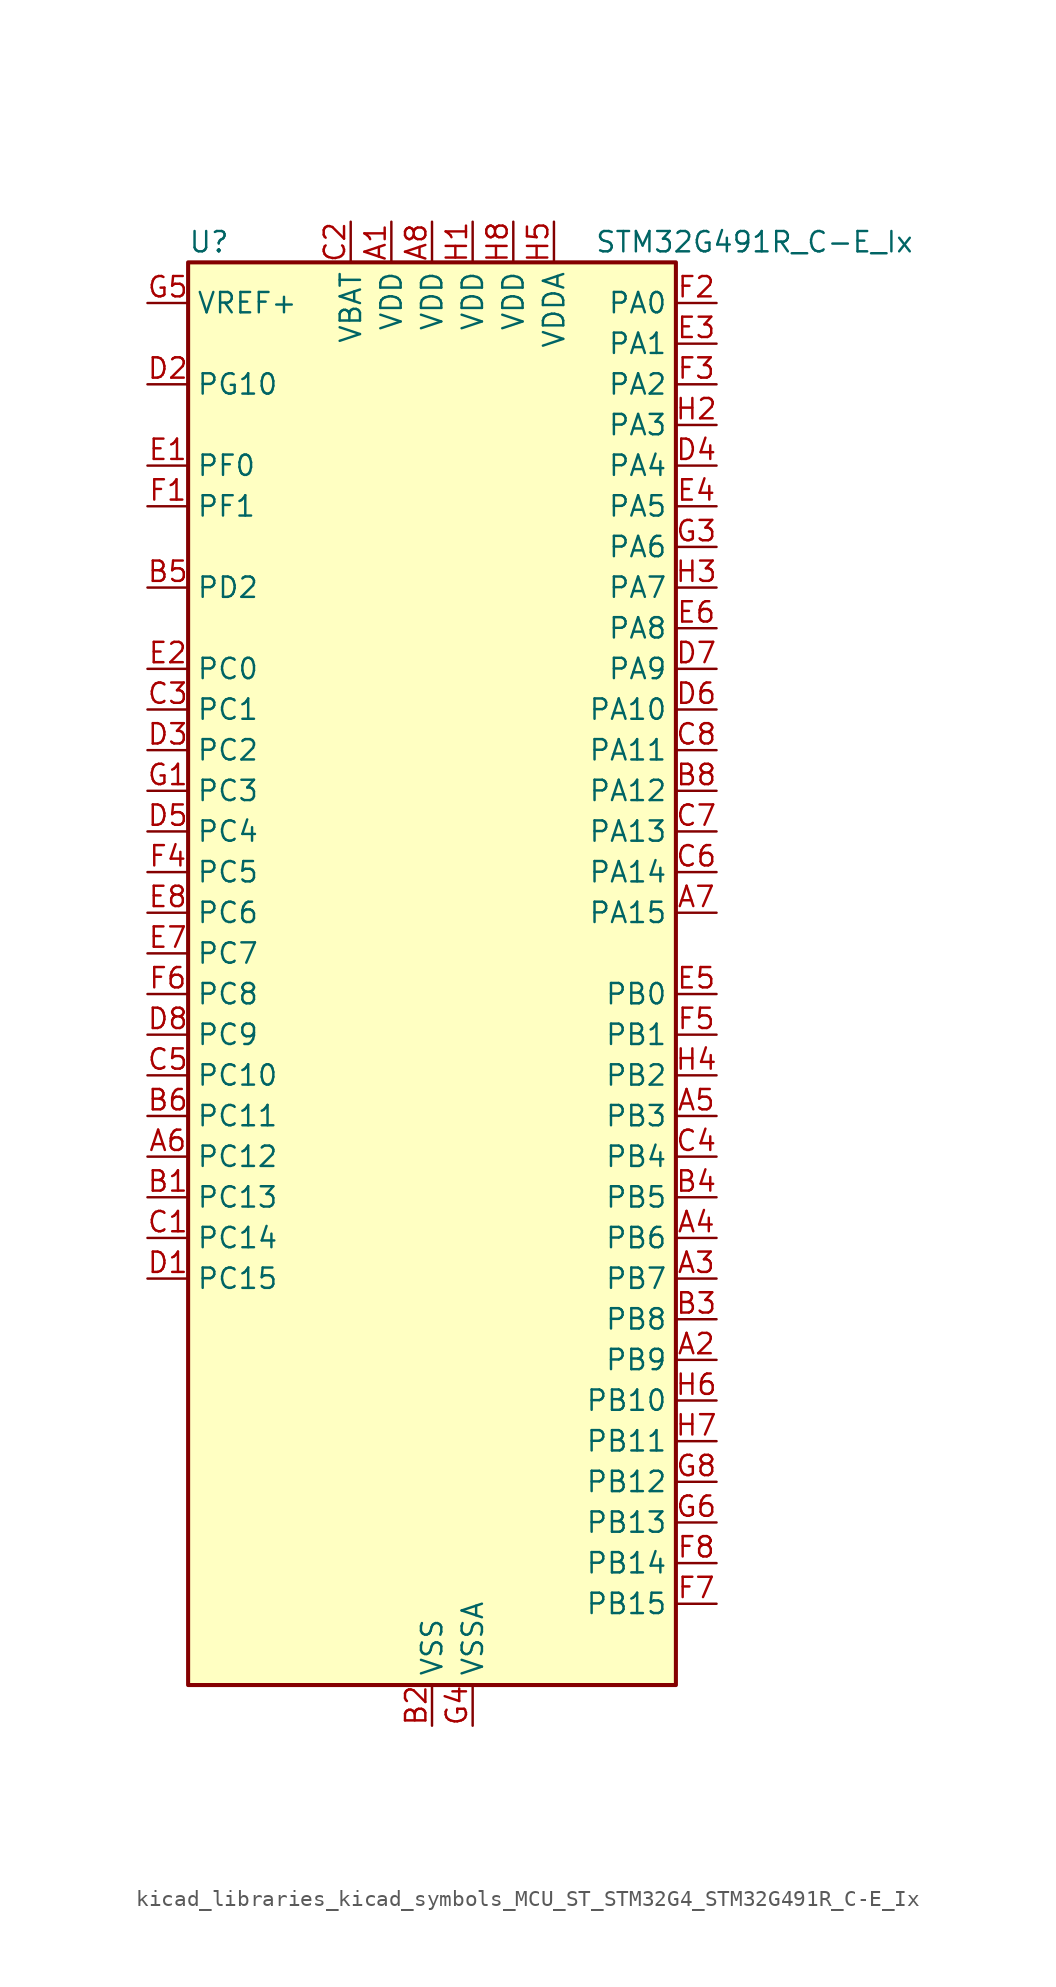
<source format=kicad_sym>
(kicad_symbol_lib
  (version 20220914)
  (generator kicad_symbol_editor)
  (symbol "kicad_libraries_kicad_symbols_MCU_ST_STM32G4_STM32G491R_C-E_Ix"
    (property "Reference" "U"
      (at -15.24 46.99 0)
      (effects (font (size 1.27 1.27)) (justify left)))
    (property "Value" "STM32G491R_C-E_Ix"
      (at 10.16 46.99 0)
      (effects (font (size 1.27 1.27)) (justify left)))
    (property "ki_locked" ""
      (at 0 0 0)
      (effects (font (size 1.27 1.27))))
    (symbol "kicad_libraries_kicad_symbols_MCU_ST_STM32G4_STM32G491R_C-E_Ix_0_1"
      (rectangle (start -15.24 -43.18) (end 15.24 45.72) (stroke (width 0.254) (type default)) (fill (type background))))
    (symbol "kicad_libraries_kicad_symbols_MCU_ST_STM32G4_STM32G491R_C-E_Ix_1_1"
      (pin power_in line (at -2.54 48.26 270) (length 2.54) (name "VDD" (effects (font (size 1.27 1.27)))) (number "A1" (effects (font (size 1.27 1.27)))))
      (pin bidirectional line (at 17.78 -22.86 180) (length 2.54) (name "PB9" (effects (font (size 1.27 1.27)))) (number "A2" (effects (font (size 1.27 1.27)))) (alternate "COMP2_OUT" bidirectional line) (alternate "DAC1_EXTI9" bidirectional line) (alternate "DAC3_EXTI9" bidirectional line) (alternate "FDCAN1_TX" bidirectional line) (alternate "I2C1_SDA" bidirectional line) (alternate "IR_OUT" bidirectional line) (alternate "SAI1_D2" bidirectional line) (alternate "SAI1_FS_A" bidirectional line) (alternate "TIM17_CH1" bidirectional line) (alternate "TIM1_CH3N" bidirectional line) (alternate "TIM4_CH4" bidirectional line) (alternate "TIM8_CH3" bidirectional line) (alternate "USART3_TX" bidirectional line))
      (pin bidirectional line (at 17.78 -17.78 180) (length 2.54) (name "PB7" (effects (font (size 1.27 1.27)))) (number "A3" (effects (font (size 1.27 1.27)))) (alternate "COMP3_OUT" bidirectional line) (alternate "I2C1_SDA" bidirectional line) (alternate "LPTIM1_IN2" bidirectional line) (alternate "SYS_PVD_IN" bidirectional line) (alternate "TIM17_CH1N" bidirectional line) (alternate "TIM3_CH4" bidirectional line) (alternate "TIM4_CH2" bidirectional line) (alternate "TIM8_BKIN" bidirectional line) (alternate "UART4_CTS" bidirectional line) (alternate "USART1_RX" bidirectional line))
      (pin bidirectional line (at 17.78 -15.24 180) (length 2.54) (name "PB6" (effects (font (size 1.27 1.27)))) (number "A4" (effects (font (size 1.27 1.27)))) (alternate "COMP4_OUT" bidirectional line) (alternate "FDCAN2_TX" bidirectional line) (alternate "LPTIM1_ETR" bidirectional line) (alternate "SAI1_FS_B" bidirectional line) (alternate "TIM16_CH1N" bidirectional line) (alternate "TIM4_CH1" bidirectional line) (alternate "TIM8_BKIN2" bidirectional line) (alternate "TIM8_CH1" bidirectional line) (alternate "TIM8_ETR" bidirectional line) (alternate "UCPD1_CC1" bidirectional line) (alternate "USART1_TX" bidirectional line))
      (pin bidirectional line (at 17.78 -7.62 180) (length 2.54) (name "PB3" (effects (font (size 1.27 1.27)))) (number "A5" (effects (font (size 1.27 1.27)))) (alternate "ADC3_EXTI3" bidirectional line) (alternate "CRS_SYNC" bidirectional line) (alternate "I2S3_CK" bidirectional line) (alternate "SAI1_SCK_B" bidirectional line) (alternate "SPI1_SCK" bidirectional line) (alternate "SPI3_SCK" bidirectional line) (alternate "SYS_JTDO-SWO" bidirectional line) (alternate "TIM2_CH2" bidirectional line) (alternate "TIM3_ETR" bidirectional line) (alternate "TIM4_ETR" bidirectional line) (alternate "TIM8_CH1N" bidirectional line) (alternate "USART2_TX" bidirectional line))
      (pin bidirectional line (at -17.78 -10.16 0) (length 2.54) (name "PC12" (effects (font (size 1.27 1.27)))) (number "A6" (effects (font (size 1.27 1.27)))) (alternate "I2S3_SD" bidirectional line) (alternate "SPI3_MOSI" bidirectional line) (alternate "TIM8_CH3N" bidirectional line) (alternate "UART5_TX" bidirectional line) (alternate "UCPD1_FRSTX1" bidirectional line) (alternate "UCPD1_FRSTX2" bidirectional line) (alternate "USART3_CK" bidirectional line))
      (pin bidirectional line (at 17.78 5.08 180) (length 2.54) (name "PA15" (effects (font (size 1.27 1.27)))) (number "A7" (effects (font (size 1.27 1.27)))) (alternate "ADC1_EXTI15" bidirectional line) (alternate "ADC2_EXTI15" bidirectional line) (alternate "I2C1_SCL" bidirectional line) (alternate "I2S3_WS" bidirectional line) (alternate "SPI1_NSS" bidirectional line) (alternate "SPI3_NSS" bidirectional line) (alternate "SYS_JTDI" bidirectional line) (alternate "TIM1_BKIN" bidirectional line) (alternate "TIM20_ETR" bidirectional line) (alternate "TIM2_CH1" bidirectional line) (alternate "TIM2_ETR" bidirectional line) (alternate "TIM8_CH1" bidirectional line) (alternate "UART4_DE" bidirectional line) (alternate "UART4_RTS" bidirectional line) (alternate "USART2_RX" bidirectional line))
      (pin power_in line (at 0 48.26 270) (length 2.54) (name "VDD" (effects (font (size 1.27 1.27)))) (number "A8" (effects (font (size 1.27 1.27)))))
      (pin bidirectional line (at -17.78 -12.7 0) (length 2.54) (name "PC13" (effects (font (size 1.27 1.27)))) (number "B1" (effects (font (size 1.27 1.27)))) (alternate "RTC_OUT1" bidirectional line) (alternate "RTC_TAMP1" bidirectional line) (alternate "RTC_TS" bidirectional line) (alternate "SYS_WKUP2" bidirectional line) (alternate "TIM1_BKIN" bidirectional line) (alternate "TIM1_CH1N" bidirectional line) (alternate "TIM8_CH4N" bidirectional line))
      (pin power_in line (at 0 -45.72 90) (length 2.54) (name "VSS" (effects (font (size 1.27 1.27)))) (number "B2" (effects (font (size 1.27 1.27)))))
      (pin bidirectional line (at 17.78 -20.32 180) (length 2.54) (name "PB8" (effects (font (size 1.27 1.27)))) (number "B3" (effects (font (size 1.27 1.27)))) (alternate "COMP1_OUT" bidirectional line) (alternate "FDCAN1_RX" bidirectional line) (alternate "I2C1_SCL" bidirectional line) (alternate "SAI1_CK1" bidirectional line) (alternate "SAI1_MCLK_A" bidirectional line) (alternate "TIM16_CH1" bidirectional line) (alternate "TIM1_BKIN" bidirectional line) (alternate "TIM4_CH3" bidirectional line) (alternate "TIM8_CH2" bidirectional line) (alternate "USART3_RX" bidirectional line))
      (pin bidirectional line (at 17.78 -12.7 180) (length 2.54) (name "PB5" (effects (font (size 1.27 1.27)))) (number "B4" (effects (font (size 1.27 1.27)))) (alternate "FDCAN2_RX" bidirectional line) (alternate "I2C1_SMBA" bidirectional line) (alternate "I2C3_SDA" bidirectional line) (alternate "I2S3_SD" bidirectional line) (alternate "LPTIM1_IN1" bidirectional line) (alternate "SAI1_SD_B" bidirectional line) (alternate "SPI1_MOSI" bidirectional line) (alternate "SPI3_MOSI" bidirectional line) (alternate "TIM16_BKIN" bidirectional line) (alternate "TIM17_CH1" bidirectional line) (alternate "TIM3_CH2" bidirectional line) (alternate "TIM8_CH3N" bidirectional line) (alternate "UART5_CTS" bidirectional line) (alternate "USART2_CK" bidirectional line))
      (pin bidirectional line (at -17.78 25.4 0) (length 2.54) (name "PD2" (effects (font (size 1.27 1.27)))) (number "B5" (effects (font (size 1.27 1.27)))) (alternate "ADC3_EXTI2" bidirectional line) (alternate "TIM3_ETR" bidirectional line) (alternate "TIM8_BKIN" bidirectional line) (alternate "UART5_RX" bidirectional line))
      (pin bidirectional line (at -17.78 -7.62 0) (length 2.54) (name "PC11" (effects (font (size 1.27 1.27)))) (number "B6" (effects (font (size 1.27 1.27)))) (alternate "ADC1_EXTI11" bidirectional line) (alternate "ADC2_EXTI11" bidirectional line) (alternate "I2C3_SDA" bidirectional line) (alternate "SPI3_MISO" bidirectional line) (alternate "TIM8_CH2N" bidirectional line) (alternate "UART4_RX" bidirectional line) (alternate "USART3_RX" bidirectional line))
      (pin passive line (at 0 -45.72 90) (length 2.54) hide (name "VSS" (effects (font (size 1.27 1.27)))) (number "B7" (effects (font (size 1.27 1.27)))))
      (pin bidirectional line (at 17.78 12.7 180) (length 2.54) (name "PA12" (effects (font (size 1.27 1.27)))) (number "B8" (effects (font (size 1.27 1.27)))) (alternate "COMP2_OUT" bidirectional line) (alternate "FDCAN1_TX" bidirectional line) (alternate "I2S_CKIN" bidirectional line) (alternate "TIM16_CH1" bidirectional line) (alternate "TIM1_CH2N" bidirectional line) (alternate "TIM1_ETR" bidirectional line) (alternate "TIM4_CH2" bidirectional line) (alternate "USART1_DE" bidirectional line) (alternate "USART1_RTS" bidirectional line) (alternate "USB_DP" bidirectional line))
      (pin bidirectional line (at -17.78 -15.24 0) (length 2.54) (name "PC14" (effects (font (size 1.27 1.27)))) (number "C1" (effects (font (size 1.27 1.27)))) (alternate "RCC_OSC32_IN" bidirectional line))
      (pin power_in line (at -5.08 48.26 270) (length 2.54) (name "VBAT" (effects (font (size 1.27 1.27)))) (number "C2" (effects (font (size 1.27 1.27)))))
      (pin bidirectional line (at -17.78 17.78 0) (length 2.54) (name "PC1" (effects (font (size 1.27 1.27)))) (number "C3" (effects (font (size 1.27 1.27)))) (alternate "ADC1_IN7" bidirectional line) (alternate "ADC2_IN7" bidirectional line) (alternate "COMP3_INP" bidirectional line) (alternate "LPTIM1_OUT" bidirectional line) (alternate "LPUART1_TX" bidirectional line) (alternate "QUADSPI1_BK2_IO0" bidirectional line) (alternate "SAI1_SD_A" bidirectional line) (alternate "TIM1_CH2" bidirectional line))
      (pin bidirectional line (at 17.78 -10.16 180) (length 2.54) (name "PB4" (effects (font (size 1.27 1.27)))) (number "C4" (effects (font (size 1.27 1.27)))) (alternate "SAI1_MCLK_B" bidirectional line) (alternate "SPI1_MISO" bidirectional line) (alternate "SPI3_MISO" bidirectional line) (alternate "SYS_JTRST" bidirectional line) (alternate "TIM16_CH1" bidirectional line) (alternate "TIM17_BKIN" bidirectional line) (alternate "TIM3_CH1" bidirectional line) (alternate "TIM8_CH2N" bidirectional line) (alternate "UART5_DE" bidirectional line) (alternate "UART5_RTS" bidirectional line) (alternate "UCPD1_CC2" bidirectional line) (alternate "USART2_RX" bidirectional line))
      (pin bidirectional line (at -17.78 -5.08 0) (length 2.54) (name "PC10" (effects (font (size 1.27 1.27)))) (number "C5" (effects (font (size 1.27 1.27)))) (alternate "DAC1_EXTI10" bidirectional line) (alternate "DAC3_EXTI10" bidirectional line) (alternate "I2S3_CK" bidirectional line) (alternate "SPI3_SCK" bidirectional line) (alternate "TIM8_CH1N" bidirectional line) (alternate "UART4_TX" bidirectional line) (alternate "USART3_TX" bidirectional line))
      (pin bidirectional line (at 17.78 7.62 180) (length 2.54) (name "PA14" (effects (font (size 1.27 1.27)))) (number "C6" (effects (font (size 1.27 1.27)))) (alternate "I2C1_SDA" bidirectional line) (alternate "LPTIM1_OUT" bidirectional line) (alternate "SAI1_FS_B" bidirectional line) (alternate "SYS_JTCK-SWCLK" bidirectional line) (alternate "TIM1_BKIN" bidirectional line) (alternate "TIM8_CH2" bidirectional line) (alternate "USART2_TX" bidirectional line))
      (pin bidirectional line (at 17.78 10.16 180) (length 2.54) (name "PA13" (effects (font (size 1.27 1.27)))) (number "C7" (effects (font (size 1.27 1.27)))) (alternate "I2C1_SCL" bidirectional line) (alternate "IR_OUT" bidirectional line) (alternate "SAI1_SD_B" bidirectional line) (alternate "SYS_JTMS-SWDIO" bidirectional line) (alternate "TIM16_CH1N" bidirectional line) (alternate "TIM4_CH3" bidirectional line) (alternate "USART3_CTS" bidirectional line) (alternate "USART3_NSS" bidirectional line))
      (pin bidirectional line (at 17.78 15.24 180) (length 2.54) (name "PA11" (effects (font (size 1.27 1.27)))) (number "C8" (effects (font (size 1.27 1.27)))) (alternate "ADC1_EXTI11" bidirectional line) (alternate "ADC2_EXTI11" bidirectional line) (alternate "COMP1_OUT" bidirectional line) (alternate "FDCAN1_RX" bidirectional line) (alternate "I2S2_SD" bidirectional line) (alternate "SPI2_MOSI" bidirectional line) (alternate "TIM1_BKIN2" bidirectional line) (alternate "TIM1_CH1N" bidirectional line) (alternate "TIM1_CH4" bidirectional line) (alternate "TIM4_CH1" bidirectional line) (alternate "USART1_CTS" bidirectional line) (alternate "USART1_NSS" bidirectional line) (alternate "USB_DM" bidirectional line))
      (pin bidirectional line (at -17.78 -17.78 0) (length 2.54) (name "PC15" (effects (font (size 1.27 1.27)))) (number "D1" (effects (font (size 1.27 1.27)))) (alternate "ADC1_EXTI15" bidirectional line) (alternate "ADC2_EXTI15" bidirectional line) (alternate "RCC_OSC32_OUT" bidirectional line))
      (pin bidirectional line (at -17.78 38.1 0) (length 2.54) (name "PG10" (effects (font (size 1.27 1.27)))) (number "D2" (effects (font (size 1.27 1.27)))) (alternate "DAC1_EXTI10" bidirectional line) (alternate "DAC3_EXTI10" bidirectional line) (alternate "RCC_MCO" bidirectional line))
      (pin bidirectional line (at -17.78 15.24 0) (length 2.54) (name "PC2" (effects (font (size 1.27 1.27)))) (number "D3" (effects (font (size 1.27 1.27)))) (alternate "ADC1_IN8" bidirectional line) (alternate "ADC2_IN8" bidirectional line) (alternate "ADC3_EXTI2" bidirectional line) (alternate "COMP3_OUT" bidirectional line) (alternate "LPTIM1_IN2" bidirectional line) (alternate "QUADSPI1_BK2_IO1" bidirectional line) (alternate "TIM1_CH3" bidirectional line) (alternate "TIM20_CH2" bidirectional line))
      (pin bidirectional line (at 17.78 33.02 180) (length 2.54) (name "PA4" (effects (font (size 1.27 1.27)))) (number "D4" (effects (font (size 1.27 1.27)))) (alternate "ADC2_IN17" bidirectional line) (alternate "COMP1_INM" bidirectional line) (alternate "DAC1_OUT1" bidirectional line) (alternate "I2S3_WS" bidirectional line) (alternate "SAI1_FS_B" bidirectional line) (alternate "SPI1_NSS" bidirectional line) (alternate "SPI3_NSS" bidirectional line) (alternate "TIM3_CH2" bidirectional line) (alternate "USART2_CK" bidirectional line))
      (pin bidirectional line (at -17.78 10.16 0) (length 2.54) (name "PC4" (effects (font (size 1.27 1.27)))) (number "D5" (effects (font (size 1.27 1.27)))) (alternate "ADC2_IN5" bidirectional line) (alternate "I2C2_SCL" bidirectional line) (alternate "QUADSPI1_BK2_IO3" bidirectional line) (alternate "TIM1_ETR" bidirectional line) (alternate "USART1_TX" bidirectional line))
      (pin bidirectional line (at 17.78 17.78 180) (length 2.54) (name "PA10" (effects (font (size 1.27 1.27)))) (number "D6" (effects (font (size 1.27 1.27)))) (alternate "CRS_SYNC" bidirectional line) (alternate "DAC1_EXTI10" bidirectional line) (alternate "DAC3_EXTI10" bidirectional line) (alternate "I2C2_SMBA" bidirectional line) (alternate "SAI1_D1" bidirectional line) (alternate "SAI1_SD_A" bidirectional line) (alternate "SPI2_MISO" bidirectional line) (alternate "TIM17_BKIN" bidirectional line) (alternate "TIM1_CH3" bidirectional line) (alternate "TIM2_CH4" bidirectional line) (alternate "TIM8_BKIN" bidirectional line) (alternate "UCPD1_DBCC2" bidirectional line) (alternate "USART1_RX" bidirectional line))
      (pin bidirectional line (at 17.78 20.32 180) (length 2.54) (name "PA9" (effects (font (size 1.27 1.27)))) (number "D7" (effects (font (size 1.27 1.27)))) (alternate "DAC1_EXTI9" bidirectional line) (alternate "DAC3_EXTI9" bidirectional line) (alternate "I2C2_SCL" bidirectional line) (alternate "I2C3_SMBA" bidirectional line) (alternate "I2S3_MCK" bidirectional line) (alternate "SAI1_FS_A" bidirectional line) (alternate "TIM15_BKIN" bidirectional line) (alternate "TIM1_CH2" bidirectional line) (alternate "TIM2_CH3" bidirectional line) (alternate "UCPD1_DBCC1" bidirectional line) (alternate "USART1_TX" bidirectional line))
      (pin bidirectional line (at -17.78 -2.54 0) (length 2.54) (name "PC9" (effects (font (size 1.27 1.27)))) (number "D8" (effects (font (size 1.27 1.27)))) (alternate "DAC1_EXTI9" bidirectional line) (alternate "DAC3_EXTI9" bidirectional line) (alternate "I2C3_SDA" bidirectional line) (alternate "I2S_CKIN" bidirectional line) (alternate "TIM3_CH4" bidirectional line) (alternate "TIM8_BKIN2" bidirectional line) (alternate "TIM8_CH4" bidirectional line))
      (pin bidirectional line (at -17.78 33.02 0) (length 2.54) (name "PF0" (effects (font (size 1.27 1.27)))) (number "E1" (effects (font (size 1.27 1.27)))) (alternate "ADC1_IN10" bidirectional line) (alternate "I2C2_SDA" bidirectional line) (alternate "I2S2_WS" bidirectional line) (alternate "RCC_OSC_IN" bidirectional line) (alternate "SPI2_NSS" bidirectional line) (alternate "TIM1_CH3N" bidirectional line))
      (pin bidirectional line (at -17.78 20.32 0) (length 2.54) (name "PC0" (effects (font (size 1.27 1.27)))) (number "E2" (effects (font (size 1.27 1.27)))) (alternate "ADC1_IN6" bidirectional line) (alternate "ADC2_IN6" bidirectional line) (alternate "COMP3_INM" bidirectional line) (alternate "LPTIM1_IN1" bidirectional line) (alternate "LPUART1_RX" bidirectional line) (alternate "TIM1_CH1" bidirectional line))
      (pin bidirectional line (at 17.78 40.64 180) (length 2.54) (name "PA1" (effects (font (size 1.27 1.27)))) (number "E3" (effects (font (size 1.27 1.27)))) (alternate "ADC1_IN2" bidirectional line) (alternate "ADC2_IN2" bidirectional line) (alternate "COMP1_INP" bidirectional line) (alternate "OPAMP1_VINP" bidirectional line) (alternate "OPAMP1_VINP_SEC" bidirectional line) (alternate "OPAMP3_VINP" bidirectional line) (alternate "OPAMP3_VINP_SEC" bidirectional line) (alternate "OPAMP6_VINM" bidirectional line) (alternate "OPAMP6_VINM0" bidirectional line) (alternate "OPAMP6_VINM_SEC" bidirectional line) (alternate "RTC_REFIN" bidirectional line) (alternate "TIM15_CH1N" bidirectional line) (alternate "TIM2_CH2" bidirectional line) (alternate "USART2_DE" bidirectional line) (alternate "USART2_RTS" bidirectional line))
      (pin bidirectional line (at 17.78 30.48 180) (length 2.54) (name "PA5" (effects (font (size 1.27 1.27)))) (number "E4" (effects (font (size 1.27 1.27)))) (alternate "ADC2_IN13" bidirectional line) (alternate "COMP2_INM" bidirectional line) (alternate "DAC1_OUT2" bidirectional line) (alternate "OPAMP2_VINM" bidirectional line) (alternate "OPAMP2_VINM0" bidirectional line) (alternate "OPAMP2_VINM_SEC" bidirectional line) (alternate "SPI1_SCK" bidirectional line) (alternate "TIM2_CH1" bidirectional line) (alternate "TIM2_ETR" bidirectional line) (alternate "UCPD1_FRSTX1" bidirectional line) (alternate "UCPD1_FRSTX2" bidirectional line))
      (pin bidirectional line (at 17.78 0 180) (length 2.54) (name "PB0" (effects (font (size 1.27 1.27)))) (number "E5" (effects (font (size 1.27 1.27)))) (alternate "ADC1_IN15" bidirectional line) (alternate "ADC3_IN12" bidirectional line) (alternate "COMP4_INP" bidirectional line) (alternate "OPAMP2_VINP" bidirectional line) (alternate "OPAMP2_VINP_SEC" bidirectional line) (alternate "OPAMP3_VINP" bidirectional line) (alternate "OPAMP3_VINP_SEC" bidirectional line) (alternate "QUADSPI1_BK1_IO1" bidirectional line) (alternate "TIM1_CH2N" bidirectional line) (alternate "TIM3_CH3" bidirectional line) (alternate "TIM8_CH2N" bidirectional line) (alternate "UCPD1_FRSTX1" bidirectional line) (alternate "UCPD1_FRSTX2" bidirectional line))
      (pin bidirectional line (at 17.78 22.86 180) (length 2.54) (name "PA8" (effects (font (size 1.27 1.27)))) (number "E6" (effects (font (size 1.27 1.27)))) (alternate "I2C2_SDA" bidirectional line) (alternate "I2C3_SCL" bidirectional line) (alternate "I2S2_MCK" bidirectional line) (alternate "RCC_MCO" bidirectional line) (alternate "SAI1_CK2" bidirectional line) (alternate "SAI1_SCK_A" bidirectional line) (alternate "TIM1_CH1" bidirectional line) (alternate "TIM4_ETR" bidirectional line) (alternate "USART1_CK" bidirectional line))
      (pin bidirectional line (at -17.78 2.54 0) (length 2.54) (name "PC7" (effects (font (size 1.27 1.27)))) (number "E7" (effects (font (size 1.27 1.27)))) (alternate "I2S3_MCK" bidirectional line) (alternate "TIM3_CH2" bidirectional line) (alternate "TIM8_CH2" bidirectional line))
      (pin bidirectional line (at -17.78 5.08 0) (length 2.54) (name "PC6" (effects (font (size 1.27 1.27)))) (number "E8" (effects (font (size 1.27 1.27)))) (alternate "I2S2_MCK" bidirectional line) (alternate "TIM3_CH1" bidirectional line) (alternate "TIM8_CH1" bidirectional line))
      (pin bidirectional line (at -17.78 30.48 0) (length 2.54) (name "PF1" (effects (font (size 1.27 1.27)))) (number "F1" (effects (font (size 1.27 1.27)))) (alternate "ADC2_IN10" bidirectional line) (alternate "COMP3_INM" bidirectional line) (alternate "I2S2_CK" bidirectional line) (alternate "RCC_OSC_OUT" bidirectional line) (alternate "SPI2_SCK" bidirectional line))
      (pin bidirectional line (at 17.78 43.18 180) (length 2.54) (name "PA0" (effects (font (size 1.27 1.27)))) (number "F2" (effects (font (size 1.27 1.27)))) (alternate "ADC1_IN1" bidirectional line) (alternate "ADC2_IN1" bidirectional line) (alternate "COMP1_INM" bidirectional line) (alternate "COMP1_OUT" bidirectional line) (alternate "COMP3_INP" bidirectional line) (alternate "RTC_TAMP2" bidirectional line) (alternate "SYS_WKUP1" bidirectional line) (alternate "TIM2_CH1" bidirectional line) (alternate "TIM2_ETR" bidirectional line) (alternate "TIM8_BKIN" bidirectional line) (alternate "TIM8_ETR" bidirectional line) (alternate "USART2_CTS" bidirectional line) (alternate "USART2_NSS" bidirectional line))
      (pin bidirectional line (at 17.78 38.1 180) (length 2.54) (name "PA2" (effects (font (size 1.27 1.27)))) (number "F3" (effects (font (size 1.27 1.27)))) (alternate "ADC1_IN3" bidirectional line) (alternate "ADC3_EXTI2" bidirectional line) (alternate "COMP2_INM" bidirectional line) (alternate "COMP2_OUT" bidirectional line) (alternate "LPUART1_TX" bidirectional line) (alternate "OPAMP1_VOUT" bidirectional line) (alternate "QUADSPI1_BK1_NCS" bidirectional line) (alternate "RCC_LSCO" bidirectional line) (alternate "SYS_WKUP4" bidirectional line) (alternate "TIM15_CH1" bidirectional line) (alternate "TIM2_CH3" bidirectional line) (alternate "UCPD1_FRSTX1" bidirectional line) (alternate "UCPD1_FRSTX2" bidirectional line) (alternate "USART2_TX" bidirectional line))
      (pin bidirectional line (at -17.78 7.62 0) (length 2.54) (name "PC5" (effects (font (size 1.27 1.27)))) (number "F4" (effects (font (size 1.27 1.27)))) (alternate "ADC2_IN11" bidirectional line) (alternate "OPAMP1_VINM" bidirectional line) (alternate "OPAMP1_VINM1" bidirectional line) (alternate "OPAMP1_VINM_SEC" bidirectional line) (alternate "OPAMP2_VINM" bidirectional line) (alternate "OPAMP2_VINM1" bidirectional line) (alternate "OPAMP2_VINM_SEC" bidirectional line) (alternate "SAI1_D3" bidirectional line) (alternate "SYS_WKUP5" bidirectional line) (alternate "TIM15_BKIN" bidirectional line) (alternate "TIM1_CH4N" bidirectional line) (alternate "USART1_RX" bidirectional line))
      (pin bidirectional line (at 17.78 -2.54 180) (length 2.54) (name "PB1" (effects (font (size 1.27 1.27)))) (number "F5" (effects (font (size 1.27 1.27)))) (alternate "ADC1_IN12" bidirectional line) (alternate "ADC3_IN1" bidirectional line) (alternate "COMP1_INP" bidirectional line) (alternate "COMP4_OUT" bidirectional line) (alternate "LPUART1_DE" bidirectional line) (alternate "LPUART1_RTS" bidirectional line) (alternate "OPAMP3_VOUT" bidirectional line) (alternate "OPAMP6_VINM" bidirectional line) (alternate "OPAMP6_VINM1" bidirectional line) (alternate "OPAMP6_VINM_SEC" bidirectional line) (alternate "QUADSPI1_BK1_IO0" bidirectional line) (alternate "TIM1_CH3N" bidirectional line) (alternate "TIM3_CH4" bidirectional line) (alternate "TIM8_CH3N" bidirectional line))
      (pin bidirectional line (at -17.78 0 0) (length 2.54) (name "PC8" (effects (font (size 1.27 1.27)))) (number "F6" (effects (font (size 1.27 1.27)))) (alternate "I2C3_SCL" bidirectional line) (alternate "TIM20_CH3" bidirectional line) (alternate "TIM3_CH3" bidirectional line) (alternate "TIM8_CH3" bidirectional line))
      (pin bidirectional line (at 17.78 -38.1 180) (length 2.54) (name "PB15" (effects (font (size 1.27 1.27)))) (number "F7" (effects (font (size 1.27 1.27)))) (alternate "ADC1_EXTI15" bidirectional line) (alternate "ADC2_EXTI15" bidirectional line) (alternate "ADC2_IN15" bidirectional line) (alternate "COMP3_OUT" bidirectional line) (alternate "I2S2_SD" bidirectional line) (alternate "RTC_REFIN" bidirectional line) (alternate "SPI2_MOSI" bidirectional line) (alternate "TIM15_CH1N" bidirectional line) (alternate "TIM15_CH2" bidirectional line) (alternate "TIM1_CH3N" bidirectional line))
      (pin bidirectional line (at 17.78 -35.56 180) (length 2.54) (name "PB14" (effects (font (size 1.27 1.27)))) (number "F8" (effects (font (size 1.27 1.27)))) (alternate "ADC1_IN5" bidirectional line) (alternate "COMP4_OUT" bidirectional line) (alternate "OPAMP2_VINP" bidirectional line) (alternate "OPAMP2_VINP_SEC" bidirectional line) (alternate "SPI2_MISO" bidirectional line) (alternate "TIM15_CH1" bidirectional line) (alternate "TIM1_CH2N" bidirectional line) (alternate "USART3_DE" bidirectional line) (alternate "USART3_RTS" bidirectional line))
      (pin bidirectional line (at -17.78 12.7 0) (length 2.54) (name "PC3" (effects (font (size 1.27 1.27)))) (number "G1" (effects (font (size 1.27 1.27)))) (alternate "ADC1_IN9" bidirectional line) (alternate "ADC2_IN9" bidirectional line) (alternate "ADC3_EXTI3" bidirectional line) (alternate "LPTIM1_ETR" bidirectional line) (alternate "QUADSPI1_BK2_IO2" bidirectional line) (alternate "SAI1_D1" bidirectional line) (alternate "SAI1_SD_A" bidirectional line) (alternate "TIM1_BKIN2" bidirectional line) (alternate "TIM1_CH4" bidirectional line))
      (pin passive line (at 0 -45.72 90) (length 2.54) hide (name "VSS" (effects (font (size 1.27 1.27)))) (number "G2" (effects (font (size 1.27 1.27)))))
      (pin bidirectional line (at 17.78 27.94 180) (length 2.54) (name "PA6" (effects (font (size 1.27 1.27)))) (number "G3" (effects (font (size 1.27 1.27)))) (alternate "ADC2_IN3" bidirectional line) (alternate "COMP1_OUT" bidirectional line) (alternate "LPUART1_CTS" bidirectional line) (alternate "OPAMP2_VOUT" bidirectional line) (alternate "QUADSPI1_BK1_IO3" bidirectional line) (alternate "SPI1_MISO" bidirectional line) (alternate "TIM16_CH1" bidirectional line) (alternate "TIM1_BKIN" bidirectional line) (alternate "TIM3_CH1" bidirectional line) (alternate "TIM8_BKIN" bidirectional line))
      (pin power_in line (at 2.54 -45.72 90) (length 2.54) (name "VSSA" (effects (font (size 1.27 1.27)))) (number "G4" (effects (font (size 1.27 1.27)))))
      (pin input line (at -17.78 43.18 0) (length 2.54) (name "VREF+" (effects (font (size 1.27 1.27)))) (number "G5" (effects (font (size 1.27 1.27)))) (alternate "VREFBUF_OUT" bidirectional line))
      (pin bidirectional line (at 17.78 -33.02 180) (length 2.54) (name "PB13" (effects (font (size 1.27 1.27)))) (number "G6" (effects (font (size 1.27 1.27)))) (alternate "ADC3_IN5" bidirectional line) (alternate "FDCAN2_TX" bidirectional line) (alternate "I2S2_CK" bidirectional line) (alternate "LPUART1_CTS" bidirectional line) (alternate "OPAMP3_VINP" bidirectional line) (alternate "OPAMP3_VINP_SEC" bidirectional line) (alternate "OPAMP6_VINP" bidirectional line) (alternate "OPAMP6_VINP_SEC" bidirectional line) (alternate "SPI2_SCK" bidirectional line) (alternate "TIM1_CH1N" bidirectional line) (alternate "USART3_CTS" bidirectional line) (alternate "USART3_NSS" bidirectional line))
      (pin passive line (at 0 -45.72 90) (length 2.54) hide (name "VSS" (effects (font (size 1.27 1.27)))) (number "G7" (effects (font (size 1.27 1.27)))))
      (pin bidirectional line (at 17.78 -30.48 180) (length 2.54) (name "PB12" (effects (font (size 1.27 1.27)))) (number "G8" (effects (font (size 1.27 1.27)))) (alternate "ADC1_IN11" bidirectional line) (alternate "FDCAN2_RX" bidirectional line) (alternate "I2C2_SMBA" bidirectional line) (alternate "I2S2_WS" bidirectional line) (alternate "LPUART1_DE" bidirectional line) (alternate "LPUART1_RTS" bidirectional line) (alternate "OPAMP6_VINP" bidirectional line) (alternate "OPAMP6_VINP_SEC" bidirectional line) (alternate "SPI2_NSS" bidirectional line) (alternate "TIM1_BKIN" bidirectional line) (alternate "USART3_CK" bidirectional line))
      (pin power_in line (at 2.54 48.26 270) (length 2.54) (name "VDD" (effects (font (size 1.27 1.27)))) (number "H1" (effects (font (size 1.27 1.27)))))
      (pin bidirectional line (at 17.78 35.56 180) (length 2.54) (name "PA3" (effects (font (size 1.27 1.27)))) (number "H2" (effects (font (size 1.27 1.27)))) (alternate "ADC1_IN4" bidirectional line) (alternate "ADC3_EXTI3" bidirectional line) (alternate "COMP2_INP" bidirectional line) (alternate "LPUART1_RX" bidirectional line) (alternate "OPAMP1_VINM" bidirectional line) (alternate "OPAMP1_VINM0" bidirectional line) (alternate "OPAMP1_VINM_SEC" bidirectional line) (alternate "OPAMP1_VINP" bidirectional line) (alternate "OPAMP1_VINP_SEC" bidirectional line) (alternate "QUADSPI1_CLK" bidirectional line) (alternate "SAI1_CK1" bidirectional line) (alternate "SAI1_MCLK_A" bidirectional line) (alternate "TIM15_CH2" bidirectional line) (alternate "TIM2_CH4" bidirectional line) (alternate "USART2_RX" bidirectional line))
      (pin bidirectional line (at 17.78 25.4 180) (length 2.54) (name "PA7" (effects (font (size 1.27 1.27)))) (number "H3" (effects (font (size 1.27 1.27)))) (alternate "ADC2_IN4" bidirectional line) (alternate "COMP2_INP" bidirectional line) (alternate "COMP2_OUT" bidirectional line) (alternate "OPAMP1_VINP" bidirectional line) (alternate "OPAMP1_VINP_SEC" bidirectional line) (alternate "OPAMP2_VINP" bidirectional line) (alternate "OPAMP2_VINP_SEC" bidirectional line) (alternate "QUADSPI1_BK1_IO2" bidirectional line) (alternate "SPI1_MOSI" bidirectional line) (alternate "TIM17_CH1" bidirectional line) (alternate "TIM1_CH1N" bidirectional line) (alternate "TIM3_CH2" bidirectional line) (alternate "TIM8_CH1N" bidirectional line) (alternate "UCPD1_FRSTX1" bidirectional line) (alternate "UCPD1_FRSTX2" bidirectional line))
      (pin bidirectional line (at 17.78 -5.08 180) (length 2.54) (name "PB2" (effects (font (size 1.27 1.27)))) (number "H4" (effects (font (size 1.27 1.27)))) (alternate "ADC2_IN12" bidirectional line) (alternate "ADC3_EXTI2" bidirectional line) (alternate "COMP4_INM" bidirectional line) (alternate "I2C3_SMBA" bidirectional line) (alternate "LPTIM1_OUT" bidirectional line) (alternate "OPAMP3_VINM" bidirectional line) (alternate "OPAMP3_VINM0" bidirectional line) (alternate "OPAMP3_VINM_SEC" bidirectional line) (alternate "QUADSPI1_BK2_IO1" bidirectional line) (alternate "RTC_OUT2" bidirectional line) (alternate "TIM20_CH1" bidirectional line))
      (pin power_in line (at 7.62 48.26 270) (length 2.54) (name "VDDA" (effects (font (size 1.27 1.27)))) (number "H5" (effects (font (size 1.27 1.27)))))
      (pin bidirectional line (at 17.78 -25.4 180) (length 2.54) (name "PB10" (effects (font (size 1.27 1.27)))) (number "H6" (effects (font (size 1.27 1.27)))) (alternate "DAC1_EXTI10" bidirectional line) (alternate "DAC3_EXTI10" bidirectional line) (alternate "LPUART1_RX" bidirectional line) (alternate "OPAMP3_VINM" bidirectional line) (alternate "OPAMP3_VINM1" bidirectional line) (alternate "OPAMP3_VINM_SEC" bidirectional line) (alternate "QUADSPI1_CLK" bidirectional line) (alternate "SAI1_SCK_A" bidirectional line) (alternate "TIM1_BKIN" bidirectional line) (alternate "TIM2_CH3" bidirectional line) (alternate "USART3_TX" bidirectional line))
      (pin bidirectional line (at 17.78 -27.94 180) (length 2.54) (name "PB11" (effects (font (size 1.27 1.27)))) (number "H7" (effects (font (size 1.27 1.27)))) (alternate "ADC1_EXTI11" bidirectional line) (alternate "ADC1_IN14" bidirectional line) (alternate "ADC2_EXTI11" bidirectional line) (alternate "ADC2_IN14" bidirectional line) (alternate "LPUART1_TX" bidirectional line) (alternate "OPAMP6_VOUT" bidirectional line) (alternate "QUADSPI1_BK1_NCS" bidirectional line) (alternate "TIM2_CH4" bidirectional line) (alternate "USART3_RX" bidirectional line))
      (pin power_in line (at 5.08 48.26 270) (length 2.54) (name "VDD" (effects (font (size 1.27 1.27)))) (number "H8" (effects (font (size 1.27 1.27))))))))
</source>
